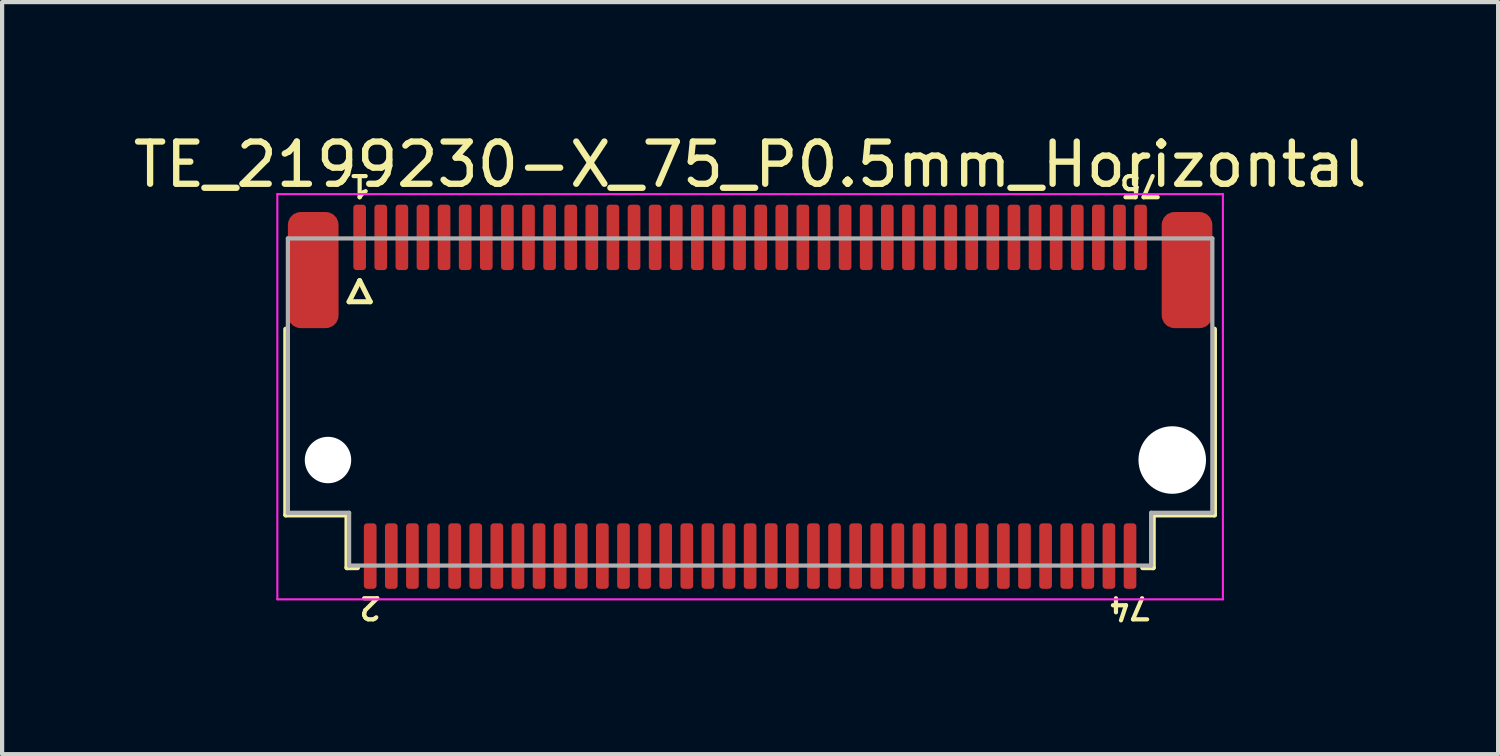
<source format=kicad_pcb>
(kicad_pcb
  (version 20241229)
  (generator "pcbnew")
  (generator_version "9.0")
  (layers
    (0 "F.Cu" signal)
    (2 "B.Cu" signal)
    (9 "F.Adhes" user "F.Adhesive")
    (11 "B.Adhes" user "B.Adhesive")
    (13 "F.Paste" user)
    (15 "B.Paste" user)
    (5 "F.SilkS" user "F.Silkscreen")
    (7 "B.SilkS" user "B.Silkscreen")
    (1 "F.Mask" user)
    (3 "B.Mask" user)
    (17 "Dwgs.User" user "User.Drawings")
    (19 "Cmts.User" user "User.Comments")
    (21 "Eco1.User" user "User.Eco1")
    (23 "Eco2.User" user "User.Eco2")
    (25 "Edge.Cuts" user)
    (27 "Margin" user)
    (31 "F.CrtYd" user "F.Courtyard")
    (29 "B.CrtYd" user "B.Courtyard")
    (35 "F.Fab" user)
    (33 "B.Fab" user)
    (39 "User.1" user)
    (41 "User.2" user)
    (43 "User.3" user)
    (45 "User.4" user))
  (footprint "TE_2199230-X_75_P0.5mm_Horizontal"
    (layer "F.Cu")
    (at 14.72 7.848)
    (property "Reference" "TE_2199230-X_75_P0.5mm_Horizontal" (at 0 -7 0) (unlocked yes) (layer "F.SilkS") (effects (font (size 1 1) (thickness 0.15))))
    (attr smd)
    (fp_line (start -11 -3.1) (end -11 1.3) (stroke (width 0.12) (type solid)) (layer "F.SilkS"))
    (fp_line (start -11 1.3) (end -9.55 1.3) (stroke (width 0.12) (type solid)) (layer "F.SilkS"))
    (fp_line (start -9.55 1.3) (end -9.55 2.55) (stroke (width 0.12) (type solid)) (layer "F.SilkS"))
    (fp_line (start -9.55 2.55) (end -9.3 2.55) (stroke (width 0.12) (type solid)) (layer "F.SilkS"))
    (fp_line (start -9.5 -3.75) (end -9 -3.75) (stroke (width 0.12) (type solid)) (layer "F.SilkS"))
    (fp_line (start -9.25 -4.25) (end -9.5 -3.75) (stroke (width 0.12) (type solid)) (layer "F.SilkS"))
    (fp_line (start -9 -3.75) (end -9.25 -4.25) (stroke (width 0.12) (type solid)) (layer "F.SilkS"))
    (fp_line (start 9.3 2.55) (end 9.55 2.55) (stroke (width 0.12) (type solid)) (layer "F.SilkS"))
    (fp_line (start 9.55 1.3) (end 9.55 2.55) (stroke (width 0.12) (type solid)) (layer "F.SilkS"))
    (fp_line (start 9.55 1.3) (end 11 1.3) (stroke (width 0.12) (type solid)) (layer "F.SilkS"))
    (fp_line (start 11 -3.1) (end 11 1.3) (stroke (width 0.12) (type solid)) (layer "F.SilkS"))
    (fp_line (start -11.2 -6.3) (end 11.2 -6.3) (stroke (width 0.05) (type solid)) (layer "F.CrtYd"))
    (fp_line (start -11.2 3.3) (end -11.2 -6.3) (stroke (width 0.05) (type solid)) (layer "F.CrtYd"))
    (fp_line (start 11.2 -6.3) (end 11.2 3.3) (stroke (width 0.05) (type solid)) (layer "F.CrtYd"))
    (fp_line (start 11.2 3.3) (end -11.2 3.3) (stroke (width 0.05) (type solid)) (layer "F.CrtYd"))
    (fp_line (start -10.95 -5.25) (end 10.95 -5.25) (stroke (width 0.1) (type solid)) (layer "F.Fab"))
    (fp_line (start -10.95 1.25) (end -10.95 -5.25) (stroke (width 0.1) (type solid)) (layer "F.Fab"))
    (fp_line (start -9.5 1.25) (end -10.95 1.25) (stroke (width 0.1) (type solid)) (layer "F.Fab"))
    (fp_line (start -9.5 2.5) (end -9.5 1.25) (stroke (width 0.1) (type solid)) (layer "F.Fab"))
    (fp_line (start 9.5 1.25) (end 9.5 2.5) (stroke (width 0.1) (type solid)) (layer "F.Fab"))
    (fp_line (start 9.5 2.5) (end -9.5 2.5) (stroke (width 0.1) (type solid)) (layer "F.Fab"))
    (fp_line (start 10.95 -5.25) (end 10.95 1.25) (stroke (width 0.1) (type solid)) (layer "F.Fab"))
    (fp_line (start 10.95 1.25) (end 9.5 1.25) (stroke (width 0.1) (type solid)) (layer "F.Fab"))
    (fp_text user "1" (at -9.25 -6.5 180) (unlocked yes) (layer "F.SilkS") (effects (font (size 0.5 0.5) (thickness 0.1))))
    (fp_text user "75" (at 9.25 -6.5 180) (unlocked yes) (layer "F.SilkS") (effects (font (size 0.5 0.5) (thickness 0.1))))
    (fp_text user "74" (at 9 3.5 180) (unlocked yes) (layer "F.SilkS") (effects (font (size 0.5 0.5) (thickness 0.1))))
    (fp_text user "2" (at -9 3.5 180) (unlocked yes) (layer "F.SilkS") (effects (font (size 0.5 0.5) (thickness 0.1))))
    (pad "" np_thru_hole circle (at -10 0) (size 1.1 1.1) (drill 1.1) (layers "*.Cu" "*.Mask"))
    (pad "" np_thru_hole circle (at 10 0) (size 1.6 1.6) (drill 1.6) (layers "*.Cu" "*.Mask"))
    (pad "1" smd roundrect (at -9.25 -5.275) (size 0.3 1.55) (layers "F.Cu" "F.Mask" "F.Paste") (roundrect_rratio 0.25))
    (pad "2" smd roundrect (at -9 2.275) (size 0.3 1.55) (layers "F.Cu" "F.Mask" "F.Paste") (roundrect_rratio 0.25))
    (pad "3" smd roundrect (at -8.75 -5.275) (size 0.3 1.55) (layers "F.Cu" "F.Mask" "F.Paste") (roundrect_rratio 0.25))
    (pad "4" smd roundrect (at -8.5 2.275) (size 0.3 1.55) (layers "F.Cu" "F.Mask" "F.Paste") (roundrect_rratio 0.25))
    (pad "5" smd roundrect (at -8.25 -5.275) (size 0.3 1.55) (layers "F.Cu" "F.Mask" "F.Paste") (roundrect_rratio 0.25))
    (pad "6" smd roundrect (at -8 2.275) (size 0.3 1.55) (layers "F.Cu" "F.Mask" "F.Paste") (roundrect_rratio 0.25))
    (pad "7" smd roundrect (at -7.75 -5.275) (size 0.3 1.55) (layers "F.Cu" "F.Mask" "F.Paste") (roundrect_rratio 0.25))
    (pad "8" smd roundrect (at -7.5 2.275) (size 0.3 1.55) (layers "F.Cu" "F.Mask" "F.Paste") (roundrect_rratio 0.25))
    (pad "9" smd roundrect (at -7.25 -5.275) (size 0.3 1.55) (layers "F.Cu" "F.Mask" "F.Paste") (roundrect_rratio 0.25))
    (pad "10" smd roundrect (at -7 2.275) (size 0.3 1.55) (layers "F.Cu" "F.Mask" "F.Paste") (roundrect_rratio 0.25))
    (pad "11" smd roundrect (at -6.75 -5.275) (size 0.3 1.55) (layers "F.Cu" "F.Mask" "F.Paste") (roundrect_rratio 0.25))
    (pad "12" smd roundrect (at -6.5 2.275) (size 0.3 1.55) (layers "F.Cu" "F.Mask" "F.Paste") (roundrect_rratio 0.25))
    (pad "13" smd roundrect (at -6.25 -5.275) (size 0.3 1.55) (layers "F.Cu" "F.Mask" "F.Paste") (roundrect_rratio 0.25))
    (pad "14" smd roundrect (at -6 2.275) (size 0.3 1.55) (layers "F.Cu" "F.Mask" "F.Paste") (roundrect_rratio 0.25))
    (pad "15" smd roundrect (at -5.75 -5.275) (size 0.3 1.55) (layers "F.Cu" "F.Mask" "F.Paste") (roundrect_rratio 0.25))
    (pad "16" smd roundrect (at -5.5 2.275) (size 0.3 1.55) (layers "F.Cu" "F.Mask" "F.Paste") (roundrect_rratio 0.25))
    (pad "17" smd roundrect (at -5.25 -5.275) (size 0.3 1.55) (layers "F.Cu" "F.Mask" "F.Paste") (roundrect_rratio 0.25))
    (pad "18" smd roundrect (at -5 2.275) (size 0.3 1.55) (layers "F.Cu" "F.Mask" "F.Paste") (roundrect_rratio 0.25))
    (pad "19" smd roundrect (at -4.75 -5.275) (size 0.3 1.55) (layers "F.Cu" "F.Mask" "F.Paste") (roundrect_rratio 0.25))
    (pad "20" smd roundrect (at -4.5 2.275) (size 0.3 1.55) (layers "F.Cu" "F.Mask" "F.Paste") (roundrect_rratio 0.25))
    (pad "21" smd roundrect (at -4.25 -5.275) (size 0.3 1.55) (layers "F.Cu" "F.Mask" "F.Paste") (roundrect_rratio 0.25))
    (pad "22" smd roundrect (at -4 2.275) (size 0.3 1.55) (layers "F.Cu" "F.Mask" "F.Paste") (roundrect_rratio 0.25))
    (pad "23" smd roundrect (at -3.75 -5.275) (size 0.3 1.55) (layers "F.Cu" "F.Mask" "F.Paste") (roundrect_rratio 0.25))
    (pad "24" smd roundrect (at -3.5 2.275) (size 0.3 1.55) (layers "F.Cu" "F.Mask" "F.Paste") (roundrect_rratio 0.25))
    (pad "25" smd roundrect (at -3.25 -5.275) (size 0.3 1.55) (layers "F.Cu" "F.Mask" "F.Paste") (roundrect_rratio 0.25))
    (pad "26" smd roundrect (at -3 2.275) (size 0.3 1.55) (layers "F.Cu" "F.Mask" "F.Paste") (roundrect_rratio 0.25))
    (pad "27" smd roundrect (at -2.75 -5.275) (size 0.3 1.55) (layers "F.Cu" "F.Mask" "F.Paste") (roundrect_rratio 0.25))
    (pad "28" smd roundrect (at -2.5 2.275) (size 0.3 1.55) (layers "F.Cu" "F.Mask" "F.Paste") (roundrect_rratio 0.25))
    (pad "29" smd roundrect (at -2.25 -5.275) (size 0.3 1.55) (layers "F.Cu" "F.Mask" "F.Paste") (roundrect_rratio 0.25))
    (pad "30" smd roundrect (at -2 2.275) (size 0.3 1.55) (layers "F.Cu" "F.Mask" "F.Paste") (roundrect_rratio 0.25))
    (pad "31" smd roundrect (at -1.75 -5.275) (size 0.3 1.55) (layers "F.Cu" "F.Mask" "F.Paste") (roundrect_rratio 0.25))
    (pad "32" smd roundrect (at -1.5 2.275) (size 0.3 1.55) (layers "F.Cu" "F.Mask" "F.Paste") (roundrect_rratio 0.25))
    (pad "33" smd roundrect (at -1.25 -5.275) (size 0.3 1.55) (layers "F.Cu" "F.Mask" "F.Paste") (roundrect_rratio 0.25))
    (pad "34" smd roundrect (at -1 2.275) (size 0.3 1.55) (layers "F.Cu" "F.Mask" "F.Paste") (roundrect_rratio 0.25))
    (pad "35" smd roundrect (at -0.75 -5.275) (size 0.3 1.55) (layers "F.Cu" "F.Mask" "F.Paste") (roundrect_rratio 0.25))
    (pad "36" smd roundrect (at -0.5 2.275) (size 0.3 1.55) (layers "F.Cu" "F.Mask" "F.Paste") (roundrect_rratio 0.25))
    (pad "37" smd roundrect (at -0.25 -5.275) (size 0.3 1.55) (layers "F.Cu" "F.Mask" "F.Paste") (roundrect_rratio 0.25))
    (pad "38" smd roundrect (at 0 2.275) (size 0.3 1.55) (layers "F.Cu" "F.Mask" "F.Paste") (roundrect_rratio 0.25))
    (pad "39" smd roundrect (at 0.25 -5.275) (size 0.3 1.55) (layers "F.Cu" "F.Mask" "F.Paste") (roundrect_rratio 0.25))
    (pad "40" smd roundrect (at 0.5 2.275) (size 0.3 1.55) (layers "F.Cu" "F.Mask" "F.Paste") (roundrect_rratio 0.25))
    (pad "41" smd roundrect (at 0.75 -5.275) (size 0.3 1.55) (layers "F.Cu" "F.Mask" "F.Paste") (roundrect_rratio 0.25))
    (pad "42" smd roundrect (at 1 2.275) (size 0.3 1.55) (layers "F.Cu" "F.Mask" "F.Paste") (roundrect_rratio 0.25))
    (pad "43" smd roundrect (at 1.25 -5.275) (size 0.3 1.55) (layers "F.Cu" "F.Mask" "F.Paste") (roundrect_rratio 0.25))
    (pad "44" smd roundrect (at 1.5 2.275) (size 0.3 1.55) (layers "F.Cu" "F.Mask" "F.Paste") (roundrect_rratio 0.25))
    (pad "45" smd roundrect (at 1.75 -5.275) (size 0.3 1.55) (layers "F.Cu" "F.Mask" "F.Paste") (roundrect_rratio 0.25))
    (pad "46" smd roundrect (at 2 2.275) (size 0.3 1.55) (layers "F.Cu" "F.Mask" "F.Paste") (roundrect_rratio 0.25))
    (pad "47" smd roundrect (at 2.25 -5.275) (size 0.3 1.55) (layers "F.Cu" "F.Mask" "F.Paste") (roundrect_rratio 0.25))
    (pad "48" smd roundrect (at 2.5 2.275) (size 0.3 1.55) (layers "F.Cu" "F.Mask" "F.Paste") (roundrect_rratio 0.25))
    (pad "49" smd roundrect (at 2.75 -5.275) (size 0.3 1.55) (layers "F.Cu" "F.Mask" "F.Paste") (roundrect_rratio 0.25))
    (pad "50" smd roundrect (at 3 2.275) (size 0.3 1.55) (layers "F.Cu" "F.Mask" "F.Paste") (roundrect_rratio 0.25))
    (pad "51" smd roundrect (at 3.25 -5.275) (size 0.3 1.55) (layers "F.Cu" "F.Mask" "F.Paste") (roundrect_rratio 0.25))
    (pad "52" smd roundrect (at 3.5 2.275) (size 0.3 1.55) (layers "F.Cu" "F.Mask" "F.Paste") (roundrect_rratio 0.25))
    (pad "53" smd roundrect (at 3.75 -5.275) (size 0.3 1.55) (layers "F.Cu" "F.Mask" "F.Paste") (roundrect_rratio 0.25))
    (pad "54" smd roundrect (at 4 2.275) (size 0.3 1.55) (layers "F.Cu" "F.Mask" "F.Paste") (roundrect_rratio 0.25))
    (pad "55" smd roundrect (at 4.25 -5.275) (size 0.3 1.55) (layers "F.Cu" "F.Mask" "F.Paste") (roundrect_rratio 0.25))
    (pad "56" smd roundrect (at 4.5 2.275) (size 0.3 1.55) (layers "F.Cu" "F.Mask" "F.Paste") (roundrect_rratio 0.25))
    (pad "57" smd roundrect (at 4.75 -5.275) (size 0.3 1.55) (layers "F.Cu" "F.Mask" "F.Paste") (roundrect_rratio 0.25))
    (pad "58" smd roundrect (at 5 2.275) (size 0.3 1.55) (layers "F.Cu" "F.Mask" "F.Paste") (roundrect_rratio 0.25))
    (pad "59" smd roundrect (at 5.25 -5.275) (size 0.3 1.55) (layers "F.Cu" "F.Mask" "F.Paste") (roundrect_rratio 0.25))
    (pad "60" smd roundrect (at 5.5 2.275) (size 0.3 1.55) (layers "F.Cu" "F.Mask" "F.Paste") (roundrect_rratio 0.25))
    (pad "61" smd roundrect (at 5.75 -5.275) (size 0.3 1.55) (layers "F.Cu" "F.Mask" "F.Paste") (roundrect_rratio 0.25))
    (pad "62" smd roundrect (at 6 2.275) (size 0.3 1.55) (layers "F.Cu" "F.Mask" "F.Paste") (roundrect_rratio 0.25))
    (pad "63" smd roundrect (at 6.25 -5.275) (size 0.3 1.55) (layers "F.Cu" "F.Mask" "F.Paste") (roundrect_rratio 0.25))
    (pad "64" smd roundrect (at 6.5 2.275) (size 0.3 1.55) (layers "F.Cu" "F.Mask" "F.Paste") (roundrect_rratio 0.25))
    (pad "65" smd roundrect (at 6.75 -5.275) (size 0.3 1.55) (layers "F.Cu" "F.Mask" "F.Paste") (roundrect_rratio 0.25))
    (pad "66" smd roundrect (at 7 2.275) (size 0.3 1.55) (layers "F.Cu" "F.Mask" "F.Paste") (roundrect_rratio 0.25))
    (pad "67" smd roundrect (at 7.25 -5.275) (size 0.3 1.55) (layers "F.Cu" "F.Mask" "F.Paste") (roundrect_rratio 0.25))
    (pad "68" smd roundrect (at 7.5 2.275) (size 0.3 1.55) (layers "F.Cu" "F.Mask" "F.Paste") (roundrect_rratio 0.25))
    (pad "69" smd roundrect (at 7.75 -5.275) (size 0.3 1.55) (layers "F.Cu" "F.Mask" "F.Paste") (roundrect_rratio 0.25))
    (pad "70" smd roundrect (at 8 2.275) (size 0.3 1.55) (layers "F.Cu" "F.Mask" "F.Paste") (roundrect_rratio 0.25))
    (pad "71" smd roundrect (at 8.25 -5.275) (size 0.3 1.55) (layers "F.Cu" "F.Mask" "F.Paste") (roundrect_rratio 0.25))
    (pad "72" smd roundrect (at 8.5 2.275) (size 0.3 1.55) (layers "F.Cu" "F.Mask" "F.Paste") (roundrect_rratio 0.25))
    (pad "73" smd roundrect (at 8.75 -5.275) (size 0.3 1.55) (layers "F.Cu" "F.Mask" "F.Paste") (roundrect_rratio 0.25))
    (pad "74" smd roundrect (at 9 2.275) (size 0.3 1.55) (layers "F.Cu" "F.Mask" "F.Paste") (roundrect_rratio 0.25))
    (pad "75" smd roundrect (at 9.25 -5.275) (size 0.3 1.55) (layers "F.Cu" "F.Mask" "F.Paste") (roundrect_rratio 0.25))
    (pad "MP" smd roundrect (at -10.35 -4.5) (size 1.2 2.75) (layers "F.Cu" "F.Mask" "F.Paste") (roundrect_rratio 0.25))
    (pad "MP" smd roundrect (at 10.35 -4.5) (size 1.2 2.75) (layers "F.Cu" "F.Mask" "F.Paste") (roundrect_rratio 0.25)))
  (gr_rect
    (start -3 -3)
    (end 32.44 14.816)
    (stroke (width 0.1) (type default))
    (fill no)
    (layer "Edge.Cuts")))
</source>
